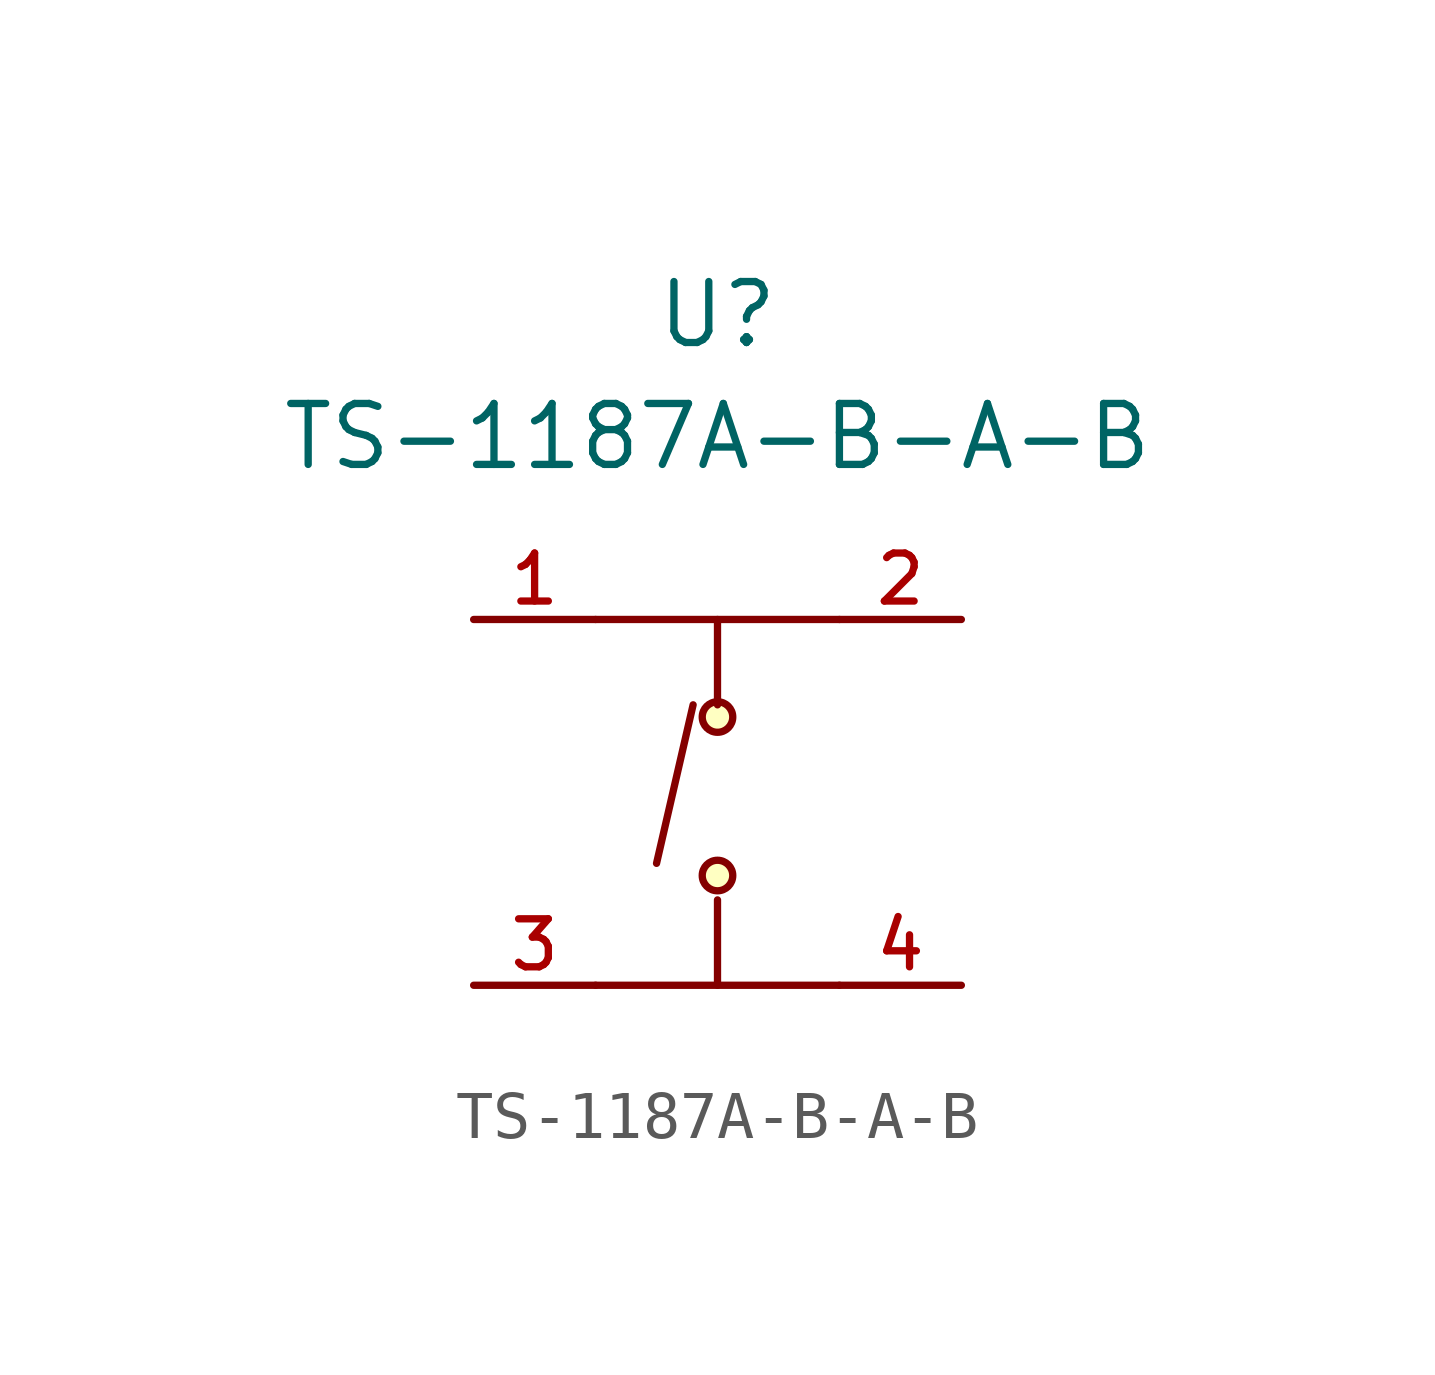
<source format=kicad_sym>
(kicad_symbol_lib
  (version 20211014)
  (generator kicad_symbol_editor)
  (symbol "TS-1187A-B-A-B"
    (pin_names hide)
    (property "Reference" "U"
      (at 0 10.16 0)
      (effects (font (size 1.27 1.27))))
    (property "Value" "TS-1187A-B-A-B"
      (at 0 7.62 0)
      (effects (font (size 1.27 1.27))))
    (symbol "TS-1187A-B-A-B_0_0"
      (circle (center 0 -1.524) (radius 0.318) (stroke (width 0) (type default) (color 0 0 0 0)) (fill (type background)))
      (polyline (pts (xy -2.54 -3.81) (xy 2.54 -3.81)) (stroke (width 0) (type default) (color 0 0 0 0)) (fill (type none)))
      (polyline (pts (xy -2.54 3.81) (xy 2.54 3.81)) (stroke (width 0) (type default) (color 0 0 0 0)) (fill (type none)))
      (polyline (pts (xy -0.508 2.032) (xy -1.27 -1.27)) (stroke (width 0) (type default) (color 0 0 0 0)) (fill (type none)))
      (polyline (pts (xy 0 -2.032) (xy 0 -3.81)) (stroke (width 0) (type default) (color 0 0 0 0)) (fill (type none)))
      (polyline (pts (xy 0 2.032) (xy 0 3.81)) (stroke (width 0) (type default) (color 0 0 0 0)) (fill (type none)))
      (circle (center 0 1.778) (radius 0.318) (stroke (width 0) (type default) (color 0 0 0 0)) (fill (type background)))
      (pin unspecified line (at -5.08 3.81 0) (length 2.54) (name "A" (effects (font (size 1 1)))) (number "1" (effects (font (size 1 1)))))
      (pin unspecified line (at 5.08 3.81 180) (length 2.54) (name "B" (effects (font (size 1 1)))) (number "2" (effects (font (size 1 1)))))
      (pin unspecified line (at -5.08 -3.81 0) (length 2.54) (name "C" (effects (font (size 1 1)))) (number "3" (effects (font (size 1 1)))))
      (pin unspecified line (at 5.08 -3.81 180) (length 2.54) (name "D" (effects (font (size 1 1)))) (number "4" (effects (font (size 1 1))))))))
</source>
